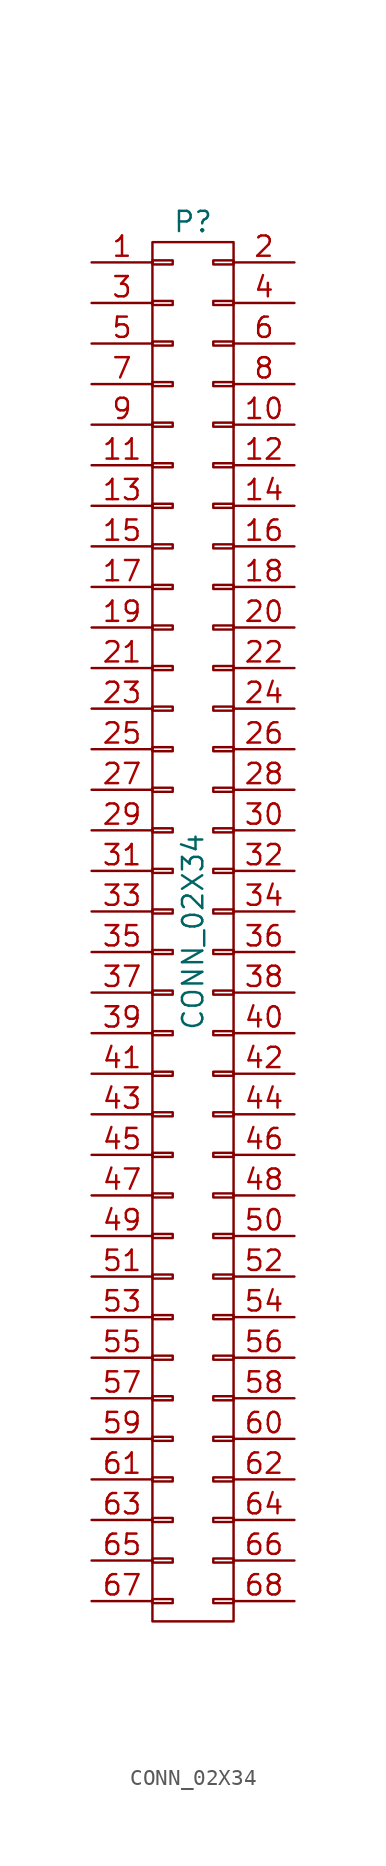
<source format=kicad_sym>
(kicad_symbol_lib
  (version 20211014)
  (generator kicad_symbol_editor)
  (symbol "CONN_02X34"
    (pin_names
      (offset 0.025) hide)
    (property "Reference" "P"
      (at 0 44.45 0)
      (effects (font (size 1.27 1.27))))
    (property "Value" "CONN_02X34"
      (at 0 0 90)
      (effects (font (size 1.27 1.27))))
    (property "Footprint" ""
      (at 0 -7.62 0)
      (effects (font (size 1.27 1.27))))
    (property "Datasheet" ""
      (at 0 -7.62 0)
      (effects (font (size 1.27 1.27))))
    (symbol "CONN_02X34_0_1"
      (rectangle (start -2.54 -41.783) (end -1.27 -42.037) (stroke (width 0) (type default) (color 0 0 0 0)) (fill (type none)))
      (rectangle (start -2.54 -39.243) (end -1.27 -39.497) (stroke (width 0) (type default) (color 0 0 0 0)) (fill (type none)))
      (rectangle (start -2.54 -36.703) (end -1.27 -36.957) (stroke (width 0) (type default) (color 0 0 0 0)) (fill (type none)))
      (rectangle (start -2.54 -34.163) (end -1.27 -34.417) (stroke (width 0) (type default) (color 0 0 0 0)) (fill (type none)))
      (rectangle (start -2.54 -31.623) (end -1.27 -31.877) (stroke (width 0) (type default) (color 0 0 0 0)) (fill (type none)))
      (rectangle (start -2.54 -29.083) (end -1.27 -29.337) (stroke (width 0) (type default) (color 0 0 0 0)) (fill (type none)))
      (rectangle (start -2.54 -26.543) (end -1.27 -26.797) (stroke (width 0) (type default) (color 0 0 0 0)) (fill (type none)))
      (rectangle (start -2.54 -24.003) (end -1.27 -24.257) (stroke (width 0) (type default) (color 0 0 0 0)) (fill (type none)))
      (rectangle (start -2.54 -21.463) (end -1.27 -21.717) (stroke (width 0) (type default) (color 0 0 0 0)) (fill (type none)))
      (rectangle (start -2.54 -18.923) (end -1.27 -19.177) (stroke (width 0) (type default) (color 0 0 0 0)) (fill (type none)))
      (rectangle (start -2.54 -16.383) (end -1.27 -16.637) (stroke (width 0) (type default) (color 0 0 0 0)) (fill (type none)))
      (rectangle (start -2.54 -13.843) (end -1.27 -14.097) (stroke (width 0) (type default) (color 0 0 0 0)) (fill (type none)))
      (rectangle (start -2.54 -11.303) (end -1.27 -11.557) (stroke (width 0) (type default) (color 0 0 0 0)) (fill (type none)))
      (rectangle (start -2.54 -8.763) (end -1.27 -9.017) (stroke (width 0) (type default) (color 0 0 0 0)) (fill (type none)))
      (rectangle (start -2.54 -6.223) (end -1.27 -6.477) (stroke (width 0) (type default) (color 0 0 0 0)) (fill (type none)))
      (rectangle (start -2.54 -3.683) (end -1.27 -3.937) (stroke (width 0) (type default) (color 0 0 0 0)) (fill (type none)))
      (rectangle (start -2.54 -1.143) (end -1.27 -1.397) (stroke (width 0) (type default) (color 0 0 0 0)) (fill (type none)))
      (rectangle (start -2.54 1.397) (end -1.27 1.143) (stroke (width 0) (type default) (color 0 0 0 0)) (fill (type none)))
      (rectangle (start -2.54 3.937) (end -1.27 3.683) (stroke (width 0) (type default) (color 0 0 0 0)) (fill (type none)))
      (rectangle (start -2.54 6.477) (end -1.27 6.223) (stroke (width 0) (type default) (color 0 0 0 0)) (fill (type none)))
      (rectangle (start -2.54 9.017) (end -1.27 8.763) (stroke (width 0) (type default) (color 0 0 0 0)) (fill (type none)))
      (rectangle (start -2.54 11.557) (end -1.27 11.303) (stroke (width 0) (type default) (color 0 0 0 0)) (fill (type none)))
      (rectangle (start -2.54 14.097) (end -1.27 13.843) (stroke (width 0) (type default) (color 0 0 0 0)) (fill (type none)))
      (rectangle (start -2.54 16.637) (end -1.27 16.383) (stroke (width 0) (type default) (color 0 0 0 0)) (fill (type none)))
      (rectangle (start -2.54 19.177) (end -1.27 18.923) (stroke (width 0) (type default) (color 0 0 0 0)) (fill (type none)))
      (rectangle (start -2.54 21.717) (end -1.27 21.463) (stroke (width 0) (type default) (color 0 0 0 0)) (fill (type none)))
      (rectangle (start -2.54 24.257) (end -1.27 24.003) (stroke (width 0) (type default) (color 0 0 0 0)) (fill (type none)))
      (rectangle (start -2.54 26.797) (end -1.27 26.543) (stroke (width 0) (type default) (color 0 0 0 0)) (fill (type none)))
      (rectangle (start -2.54 29.337) (end -1.27 29.083) (stroke (width 0) (type default) (color 0 0 0 0)) (fill (type none)))
      (rectangle (start -2.54 31.877) (end -1.27 31.623) (stroke (width 0) (type default) (color 0 0 0 0)) (fill (type none)))
      (rectangle (start -2.54 34.417) (end -1.27 34.163) (stroke (width 0) (type default) (color 0 0 0 0)) (fill (type none)))
      (rectangle (start -2.54 36.957) (end -1.27 36.703) (stroke (width 0) (type default) (color 0 0 0 0)) (fill (type none)))
      (rectangle (start -2.54 39.497) (end -1.27 39.243) (stroke (width 0) (type default) (color 0 0 0 0)) (fill (type none)))
      (rectangle (start -2.54 42.037) (end -1.27 41.783) (stroke (width 0) (type default) (color 0 0 0 0)) (fill (type none)))
      (rectangle (start 1.27 -41.783) (end 2.54 -42.037) (stroke (width 0) (type default) (color 0 0 0 0)) (fill (type none)))
      (rectangle (start 1.27 -39.243) (end 2.54 -39.497) (stroke (width 0) (type default) (color 0 0 0 0)) (fill (type none)))
      (rectangle (start 1.27 -36.703) (end 2.54 -36.957) (stroke (width 0) (type default) (color 0 0 0 0)) (fill (type none)))
      (rectangle (start 1.27 -34.163) (end 2.54 -34.417) (stroke (width 0) (type default) (color 0 0 0 0)) (fill (type none)))
      (rectangle (start 1.27 -31.623) (end 2.54 -31.877) (stroke (width 0) (type default) (color 0 0 0 0)) (fill (type none)))
      (rectangle (start 1.27 -29.083) (end 2.54 -29.337) (stroke (width 0) (type default) (color 0 0 0 0)) (fill (type none)))
      (rectangle (start 1.27 -26.543) (end 2.54 -26.797) (stroke (width 0) (type default) (color 0 0 0 0)) (fill (type none)))
      (rectangle (start 1.27 -24.003) (end 2.54 -24.257) (stroke (width 0) (type default) (color 0 0 0 0)) (fill (type none)))
      (rectangle (start 1.27 -21.463) (end 2.54 -21.717) (stroke (width 0) (type default) (color 0 0 0 0)) (fill (type none)))
      (rectangle (start 1.27 -18.923) (end 2.54 -19.177) (stroke (width 0) (type default) (color 0 0 0 0)) (fill (type none)))
      (rectangle (start 1.27 -16.383) (end 2.54 -16.637) (stroke (width 0) (type default) (color 0 0 0 0)) (fill (type none)))
      (rectangle (start 1.27 -13.843) (end 2.54 -14.097) (stroke (width 0) (type default) (color 0 0 0 0)) (fill (type none)))
      (rectangle (start 1.27 -11.303) (end 2.54 -11.557) (stroke (width 0) (type default) (color 0 0 0 0)) (fill (type none)))
      (rectangle (start 1.27 -8.763) (end 2.54 -9.017) (stroke (width 0) (type default) (color 0 0 0 0)) (fill (type none)))
      (rectangle (start 1.27 -6.223) (end 2.54 -6.477) (stroke (width 0) (type default) (color 0 0 0 0)) (fill (type none)))
      (rectangle (start 1.27 -3.683) (end 2.54 -3.937) (stroke (width 0) (type default) (color 0 0 0 0)) (fill (type none)))
      (rectangle (start 1.27 -1.143) (end 2.54 -1.397) (stroke (width 0) (type default) (color 0 0 0 0)) (fill (type none)))
      (rectangle (start 1.27 1.397) (end 2.54 1.143) (stroke (width 0) (type default) (color 0 0 0 0)) (fill (type none)))
      (rectangle (start 1.27 3.937) (end 2.54 3.683) (stroke (width 0) (type default) (color 0 0 0 0)) (fill (type none)))
      (rectangle (start 1.27 6.477) (end 2.54 6.223) (stroke (width 0) (type default) (color 0 0 0 0)) (fill (type none)))
      (rectangle (start 1.27 9.017) (end 2.54 8.763) (stroke (width 0) (type default) (color 0 0 0 0)) (fill (type none)))
      (rectangle (start 1.27 11.557) (end 2.54 11.303) (stroke (width 0) (type default) (color 0 0 0 0)) (fill (type none)))
      (rectangle (start 1.27 14.097) (end 2.54 13.843) (stroke (width 0) (type default) (color 0 0 0 0)) (fill (type none)))
      (rectangle (start 1.27 16.637) (end 2.54 16.383) (stroke (width 0) (type default) (color 0 0 0 0)) (fill (type none)))
      (rectangle (start 1.27 19.177) (end 2.54 18.923) (stroke (width 0) (type default) (color 0 0 0 0)) (fill (type none)))
      (rectangle (start 1.27 21.717) (end 2.54 21.463) (stroke (width 0) (type default) (color 0 0 0 0)) (fill (type none)))
      (rectangle (start 1.27 24.257) (end 2.54 24.003) (stroke (width 0) (type default) (color 0 0 0 0)) (fill (type none)))
      (rectangle (start 1.27 26.797) (end 2.54 26.543) (stroke (width 0) (type default) (color 0 0 0 0)) (fill (type none)))
      (rectangle (start 1.27 29.337) (end 2.54 29.083) (stroke (width 0) (type default) (color 0 0 0 0)) (fill (type none)))
      (rectangle (start 1.27 31.877) (end 2.54 31.623) (stroke (width 0) (type default) (color 0 0 0 0)) (fill (type none)))
      (rectangle (start 1.27 34.417) (end 2.54 34.163) (stroke (width 0) (type default) (color 0 0 0 0)) (fill (type none)))
      (rectangle (start 1.27 36.957) (end 2.54 36.703) (stroke (width 0) (type default) (color 0 0 0 0)) (fill (type none)))
      (rectangle (start 1.27 39.497) (end 2.54 39.243) (stroke (width 0) (type default) (color 0 0 0 0)) (fill (type none)))
      (rectangle (start 1.27 42.037) (end 2.54 41.783) (stroke (width 0) (type default) (color 0 0 0 0)) (fill (type none)))
      (rectangle (start 2.54 -43.18) (end -2.54 43.18) (stroke (width 0) (type default) (color 0 0 0 0)) (fill (type none))))
    (symbol "CONN_02X34_1_1"
      (pin passive line (at -6.35 41.91 0) (length 3.81) (name "P1" (effects (font (size 1.27 1.27)))) (number "1" (effects (font (size 1.27 1.27)))))
      (pin passive line (at 6.35 31.75 180) (length 3.81) (name "P10" (effects (font (size 1.27 1.27)))) (number "10" (effects (font (size 1.27 1.27)))))
      (pin passive line (at -6.35 29.21 0) (length 3.81) (name "P11" (effects (font (size 1.27 1.27)))) (number "11" (effects (font (size 1.27 1.27)))))
      (pin passive line (at 6.35 29.21 180) (length 3.81) (name "P12" (effects (font (size 1.27 1.27)))) (number "12" (effects (font (size 1.27 1.27)))))
      (pin passive line (at -6.35 26.67 0) (length 3.81) (name "P13" (effects (font (size 1.27 1.27)))) (number "13" (effects (font (size 1.27 1.27)))))
      (pin passive line (at 6.35 26.67 180) (length 3.81) (name "P14" (effects (font (size 1.27 1.27)))) (number "14" (effects (font (size 1.27 1.27)))))
      (pin passive line (at -6.35 24.13 0) (length 3.81) (name "P15" (effects (font (size 1.27 1.27)))) (number "15" (effects (font (size 1.27 1.27)))))
      (pin passive line (at 6.35 24.13 180) (length 3.81) (name "P16" (effects (font (size 1.27 1.27)))) (number "16" (effects (font (size 1.27 1.27)))))
      (pin passive line (at -6.35 21.59 0) (length 3.81) (name "P17" (effects (font (size 1.27 1.27)))) (number "17" (effects (font (size 1.27 1.27)))))
      (pin passive line (at 6.35 21.59 180) (length 3.81) (name "P18" (effects (font (size 1.27 1.27)))) (number "18" (effects (font (size 1.27 1.27)))))
      (pin passive line (at -6.35 19.05 0) (length 3.81) (name "P19" (effects (font (size 1.27 1.27)))) (number "19" (effects (font (size 1.27 1.27)))))
      (pin passive line (at 6.35 41.91 180) (length 3.81) (name "P2" (effects (font (size 1.27 1.27)))) (number "2" (effects (font (size 1.27 1.27)))))
      (pin passive line (at 6.35 19.05 180) (length 3.81) (name "P20" (effects (font (size 1.27 1.27)))) (number "20" (effects (font (size 1.27 1.27)))))
      (pin passive line (at -6.35 16.51 0) (length 3.81) (name "P21" (effects (font (size 1.27 1.27)))) (number "21" (effects (font (size 1.27 1.27)))))
      (pin passive line (at 6.35 16.51 180) (length 3.81) (name "P22" (effects (font (size 1.27 1.27)))) (number "22" (effects (font (size 1.27 1.27)))))
      (pin passive line (at -6.35 13.97 0) (length 3.81) (name "P23" (effects (font (size 1.27 1.27)))) (number "23" (effects (font (size 1.27 1.27)))))
      (pin passive line (at 6.35 13.97 180) (length 3.81) (name "P24" (effects (font (size 1.27 1.27)))) (number "24" (effects (font (size 1.27 1.27)))))
      (pin passive line (at -6.35 11.43 0) (length 3.81) (name "P25" (effects (font (size 1.27 1.27)))) (number "25" (effects (font (size 1.27 1.27)))))
      (pin passive line (at 6.35 11.43 180) (length 3.81) (name "P26" (effects (font (size 1.27 1.27)))) (number "26" (effects (font (size 1.27 1.27)))))
      (pin passive line (at -6.35 8.89 0) (length 3.81) (name "P27" (effects (font (size 1.27 1.27)))) (number "27" (effects (font (size 1.27 1.27)))))
      (pin passive line (at 6.35 8.89 180) (length 3.81) (name "P28" (effects (font (size 1.27 1.27)))) (number "28" (effects (font (size 1.27 1.27)))))
      (pin passive line (at -6.35 6.35 0) (length 3.81) (name "P29" (effects (font (size 1.27 1.27)))) (number "29" (effects (font (size 1.27 1.27)))))
      (pin passive line (at -6.35 39.37 0) (length 3.81) (name "P3" (effects (font (size 1.27 1.27)))) (number "3" (effects (font (size 1.27 1.27)))))
      (pin passive line (at 6.35 6.35 180) (length 3.81) (name "P30" (effects (font (size 1.27 1.27)))) (number "30" (effects (font (size 1.27 1.27)))))
      (pin passive line (at -6.35 3.81 0) (length 3.81) (name "P31" (effects (font (size 1.27 1.27)))) (number "31" (effects (font (size 1.27 1.27)))))
      (pin passive line (at 6.35 3.81 180) (length 3.81) (name "P32" (effects (font (size 1.27 1.27)))) (number "32" (effects (font (size 1.27 1.27)))))
      (pin passive line (at -6.35 1.27 0) (length 3.81) (name "P33" (effects (font (size 1.27 1.27)))) (number "33" (effects (font (size 1.27 1.27)))))
      (pin passive line (at 6.35 1.27 180) (length 3.81) (name "P34" (effects (font (size 1.27 1.27)))) (number "34" (effects (font (size 1.27 1.27)))))
      (pin passive line (at -6.35 -1.27 0) (length 3.81) (name "P35" (effects (font (size 1.27 1.27)))) (number "35" (effects (font (size 1.27 1.27)))))
      (pin passive line (at 6.35 -1.27 180) (length 3.81) (name "P36" (effects (font (size 1.27 1.27)))) (number "36" (effects (font (size 1.27 1.27)))))
      (pin passive line (at -6.35 -3.81 0) (length 3.81) (name "P37" (effects (font (size 1.27 1.27)))) (number "37" (effects (font (size 1.27 1.27)))))
      (pin passive line (at 6.35 -3.81 180) (length 3.81) (name "P38" (effects (font (size 1.27 1.27)))) (number "38" (effects (font (size 1.27 1.27)))))
      (pin passive line (at -6.35 -6.35 0) (length 3.81) (name "P39" (effects (font (size 1.27 1.27)))) (number "39" (effects (font (size 1.27 1.27)))))
      (pin passive line (at 6.35 39.37 180) (length 3.81) (name "P4" (effects (font (size 1.27 1.27)))) (number "4" (effects (font (size 1.27 1.27)))))
      (pin passive line (at 6.35 -6.35 180) (length 3.81) (name "P40" (effects (font (size 1.27 1.27)))) (number "40" (effects (font (size 1.27 1.27)))))
      (pin passive line (at -6.35 -8.89 0) (length 3.81) (name "P41" (effects (font (size 1.27 1.27)))) (number "41" (effects (font (size 1.27 1.27)))))
      (pin passive line (at 6.35 -8.89 180) (length 3.81) (name "P42" (effects (font (size 1.27 1.27)))) (number "42" (effects (font (size 1.27 1.27)))))
      (pin passive line (at -6.35 -11.43 0) (length 3.81) (name "P43" (effects (font (size 1.27 1.27)))) (number "43" (effects (font (size 1.27 1.27)))))
      (pin passive line (at 6.35 -11.43 180) (length 3.81) (name "P44" (effects (font (size 1.27 1.27)))) (number "44" (effects (font (size 1.27 1.27)))))
      (pin passive line (at -6.35 -13.97 0) (length 3.81) (name "P45" (effects (font (size 1.27 1.27)))) (number "45" (effects (font (size 1.27 1.27)))))
      (pin passive line (at 6.35 -13.97 180) (length 3.81) (name "P46" (effects (font (size 1.27 1.27)))) (number "46" (effects (font (size 1.27 1.27)))))
      (pin passive line (at -6.35 -16.51 0) (length 3.81) (name "P47" (effects (font (size 1.27 1.27)))) (number "47" (effects (font (size 1.27 1.27)))))
      (pin passive line (at 6.35 -16.51 180) (length 3.81) (name "P48" (effects (font (size 1.27 1.27)))) (number "48" (effects (font (size 1.27 1.27)))))
      (pin passive line (at -6.35 -19.05 0) (length 3.81) (name "P49" (effects (font (size 1.27 1.27)))) (number "49" (effects (font (size 1.27 1.27)))))
      (pin passive line (at -6.35 36.83 0) (length 3.81) (name "P5" (effects (font (size 1.27 1.27)))) (number "5" (effects (font (size 1.27 1.27)))))
      (pin passive line (at 6.35 -19.05 180) (length 3.81) (name "P50" (effects (font (size 1.27 1.27)))) (number "50" (effects (font (size 1.27 1.27)))))
      (pin passive line (at -6.35 -21.59 0) (length 3.81) (name "P51" (effects (font (size 1.27 1.27)))) (number "51" (effects (font (size 1.27 1.27)))))
      (pin passive line (at 6.35 -21.59 180) (length 3.81) (name "P52" (effects (font (size 1.27 1.27)))) (number "52" (effects (font (size 1.27 1.27)))))
      (pin passive line (at -6.35 -24.13 0) (length 3.81) (name "P53" (effects (font (size 1.27 1.27)))) (number "53" (effects (font (size 1.27 1.27)))))
      (pin passive line (at 6.35 -24.13 180) (length 3.81) (name "P54" (effects (font (size 1.27 1.27)))) (number "54" (effects (font (size 1.27 1.27)))))
      (pin passive line (at -6.35 -26.67 0) (length 3.81) (name "P55" (effects (font (size 1.27 1.27)))) (number "55" (effects (font (size 1.27 1.27)))))
      (pin passive line (at 6.35 -26.67 180) (length 3.81) (name "P56" (effects (font (size 1.27 1.27)))) (number "56" (effects (font (size 1.27 1.27)))))
      (pin passive line (at -6.35 -29.21 0) (length 3.81) (name "P57" (effects (font (size 1.27 1.27)))) (number "57" (effects (font (size 1.27 1.27)))))
      (pin passive line (at 6.35 -29.21 180) (length 3.81) (name "P58" (effects (font (size 1.27 1.27)))) (number "58" (effects (font (size 1.27 1.27)))))
      (pin passive line (at -6.35 -31.75 0) (length 3.81) (name "P59" (effects (font (size 1.27 1.27)))) (number "59" (effects (font (size 1.27 1.27)))))
      (pin passive line (at 6.35 36.83 180) (length 3.81) (name "P6" (effects (font (size 1.27 1.27)))) (number "6" (effects (font (size 1.27 1.27)))))
      (pin passive line (at 6.35 -31.75 180) (length 3.81) (name "P60" (effects (font (size 1.27 1.27)))) (number "60" (effects (font (size 1.27 1.27)))))
      (pin passive line (at -6.35 -34.29 0) (length 3.81) (name "P61" (effects (font (size 1.27 1.27)))) (number "61" (effects (font (size 1.27 1.27)))))
      (pin passive line (at 6.35 -34.29 180) (length 3.81) (name "P62" (effects (font (size 1.27 1.27)))) (number "62" (effects (font (size 1.27 1.27)))))
      (pin passive line (at -6.35 -36.83 0) (length 3.81) (name "P63" (effects (font (size 1.27 1.27)))) (number "63" (effects (font (size 1.27 1.27)))))
      (pin passive line (at 6.35 -36.83 180) (length 3.81) (name "P64" (effects (font (size 1.27 1.27)))) (number "64" (effects (font (size 1.27 1.27)))))
      (pin passive line (at -6.35 -39.37 0) (length 3.81) (name "P65" (effects (font (size 1.27 1.27)))) (number "65" (effects (font (size 1.27 1.27)))))
      (pin passive line (at 6.35 -39.37 180) (length 3.81) (name "P66" (effects (font (size 1.27 1.27)))) (number "66" (effects (font (size 1.27 1.27)))))
      (pin passive line (at -6.35 -41.91 0) (length 3.81) (name "P67" (effects (font (size 1.27 1.27)))) (number "67" (effects (font (size 1.27 1.27)))))
      (pin passive line (at 6.35 -41.91 180) (length 3.81) (name "P68" (effects (font (size 1.27 1.27)))) (number "68" (effects (font (size 1.27 1.27)))))
      (pin passive line (at -6.35 34.29 0) (length 3.81) (name "P7" (effects (font (size 1.27 1.27)))) (number "7" (effects (font (size 1.27 1.27)))))
      (pin passive line (at 6.35 34.29 180) (length 3.81) (name "P8" (effects (font (size 1.27 1.27)))) (number "8" (effects (font (size 1.27 1.27)))))
      (pin passive line (at -6.35 31.75 0) (length 3.81) (name "P9" (effects (font (size 1.27 1.27)))) (number "9" (effects (font (size 1.27 1.27))))))))
</source>
